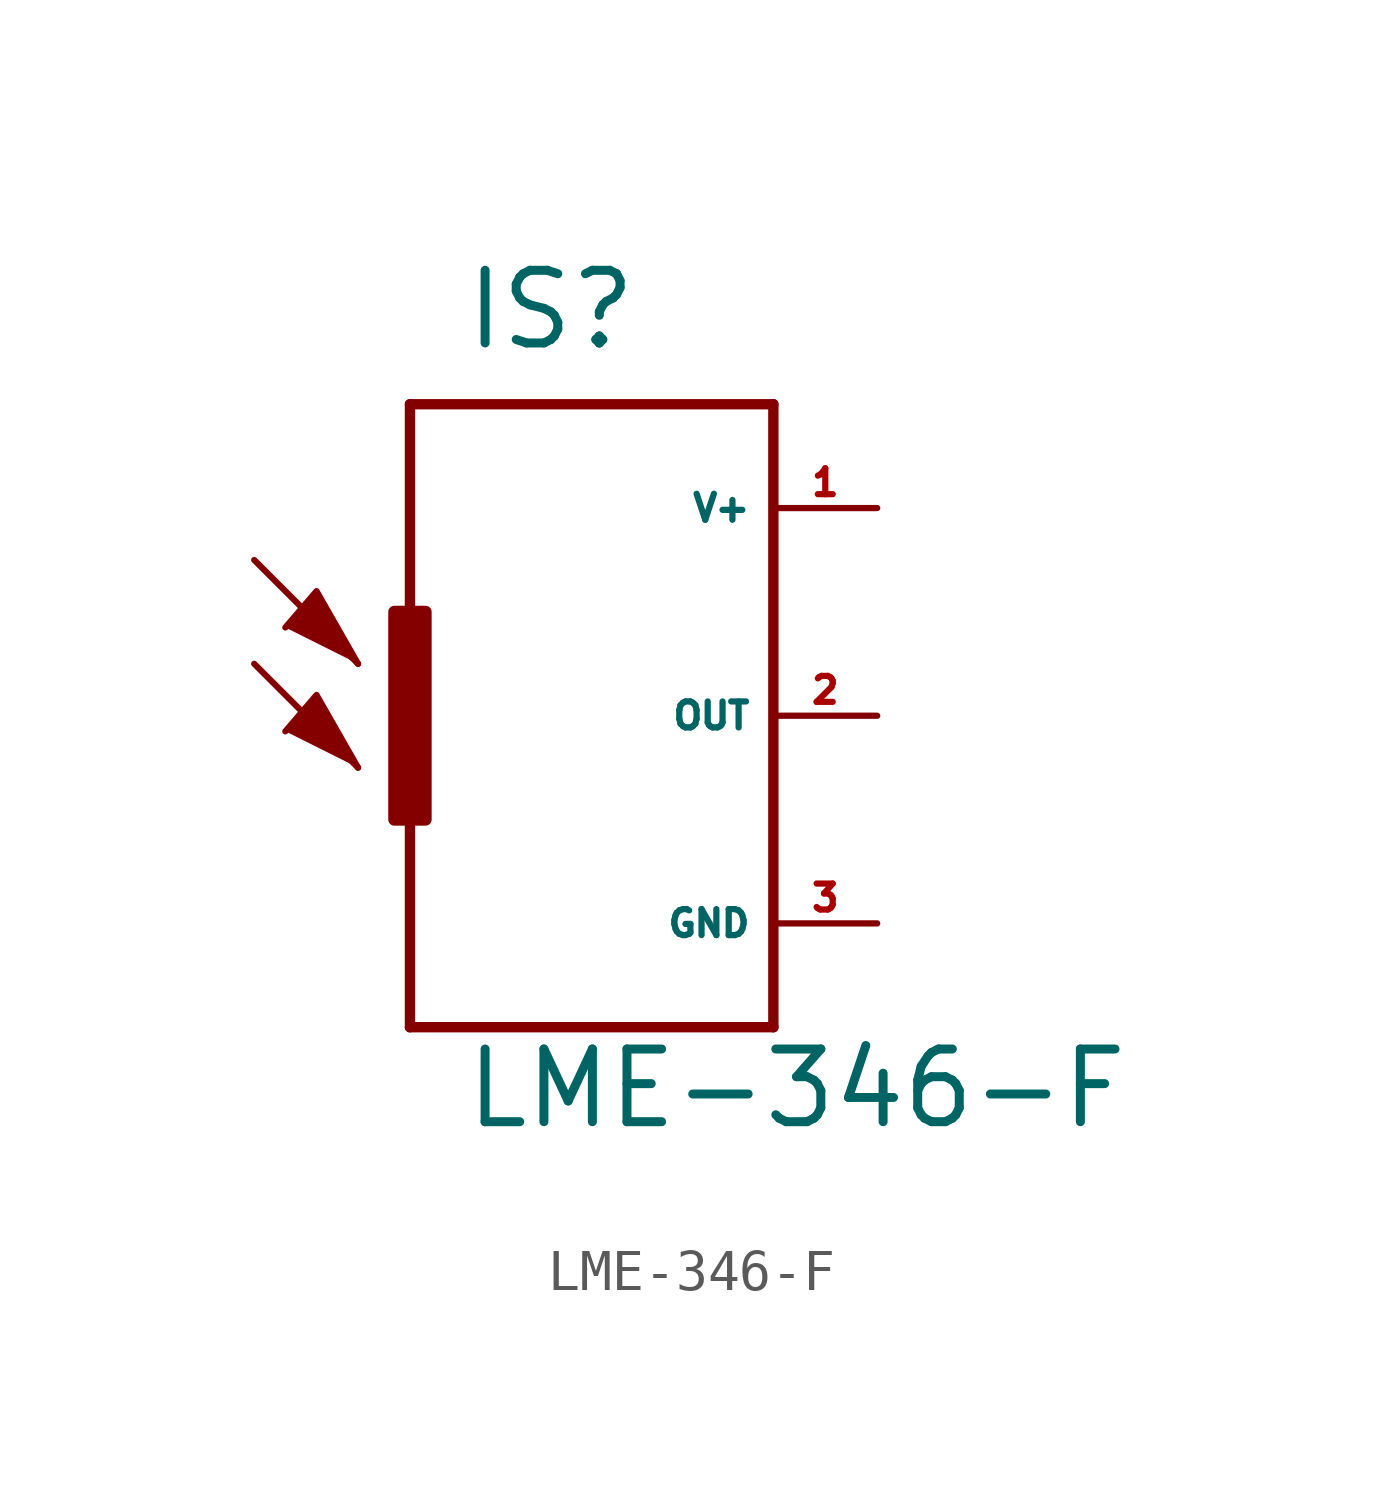
<source format=kicad_sym>
(kicad_symbol_lib
  (version 20220914)
  (generator Eagle2Kicad)
  (symbol "LME-346-F"
    (property "Reference" "IS"
      (at -5.08 8.89 0)
      (effects (font (size 1.778 1.778) (thickness 0.22)) (justify left bottom)))
    (property "Value" "LME-346-F"
      (at -5.08 -10.16 0)
      (effects (font (size 1.778 1.778) (thickness 0.22)) (justify left bottom)))
    (polyline
      (pts (xy -7.62 1.27) (xy -8.636 3.048) (xy -9.398 2.159))
      (stroke (width 0.152) (type default))
      (fill (type outline)))
    (polyline
      (pts (xy -7.62 -1.27) (xy -8.636 0.508) (xy -9.398 -0.381))
      (stroke (width 0.152) (type default))
      (fill (type outline)))
    (polyline
      (pts (xy -6.35 7.62) (xy 2.54 7.62))
      (stroke (width 0.254) (type default))
      (fill (type none)))
    (polyline
      (pts (xy 2.54 7.62) (xy 2.54 -7.62))
      (stroke (width 0.254) (type default))
      (fill (type none)))
    (polyline
      (pts (xy 2.54 -7.62) (xy -6.35 -7.62))
      (stroke (width 0.254) (type default))
      (fill (type none)))
    (polyline
      (pts (xy -6.35 -7.62) (xy -6.35 7.62))
      (stroke (width 0.254) (type default))
      (fill (type none)))
    (polyline
      (pts (xy -7.62 1.27) (xy -10.16 3.81))
      (stroke (width 0.152) (type default))
      (fill (type none)))
    (polyline
      (pts (xy -7.62 -1.27) (xy -10.16 1.27))
      (stroke (width 0.152) (type default))
      (fill (type none)))
    (rectangle
      (start -6.731 -2.54)
      (end -5.969 2.54)
      (stroke (width 0.3) (type default))
      (fill (type outline)))
    (pin unspecified line
      (at 5.08 5.08 180)
      (length 2.54)
      (name "V+" (effects (font (size 0.635 0.635) (thickness 0.08)) (justify left bottom)))
      (number "1" (effects (font (size 0.635 0.635) (thickness 0.08)) (justify left bottom))))
    (pin unspecified line
      (at 5.08 -5.08 180)
      (length 2.54)
      (name "GND" (effects (font (size 0.635 0.635) (thickness 0.08)) (justify left bottom)))
      (number "3" (effects (font (size 0.635 0.635) (thickness 0.08)) (justify left bottom))))
    (pin output line
      (at 5.08 0 180)
      (length 2.54)
      (name "OUT" (effects (font (size 0.635 0.635) (thickness 0.08)) (justify left bottom)))
      (number "2" (effects (font (size 0.635 0.635) (thickness 0.08)) (justify left bottom))))))
</source>
